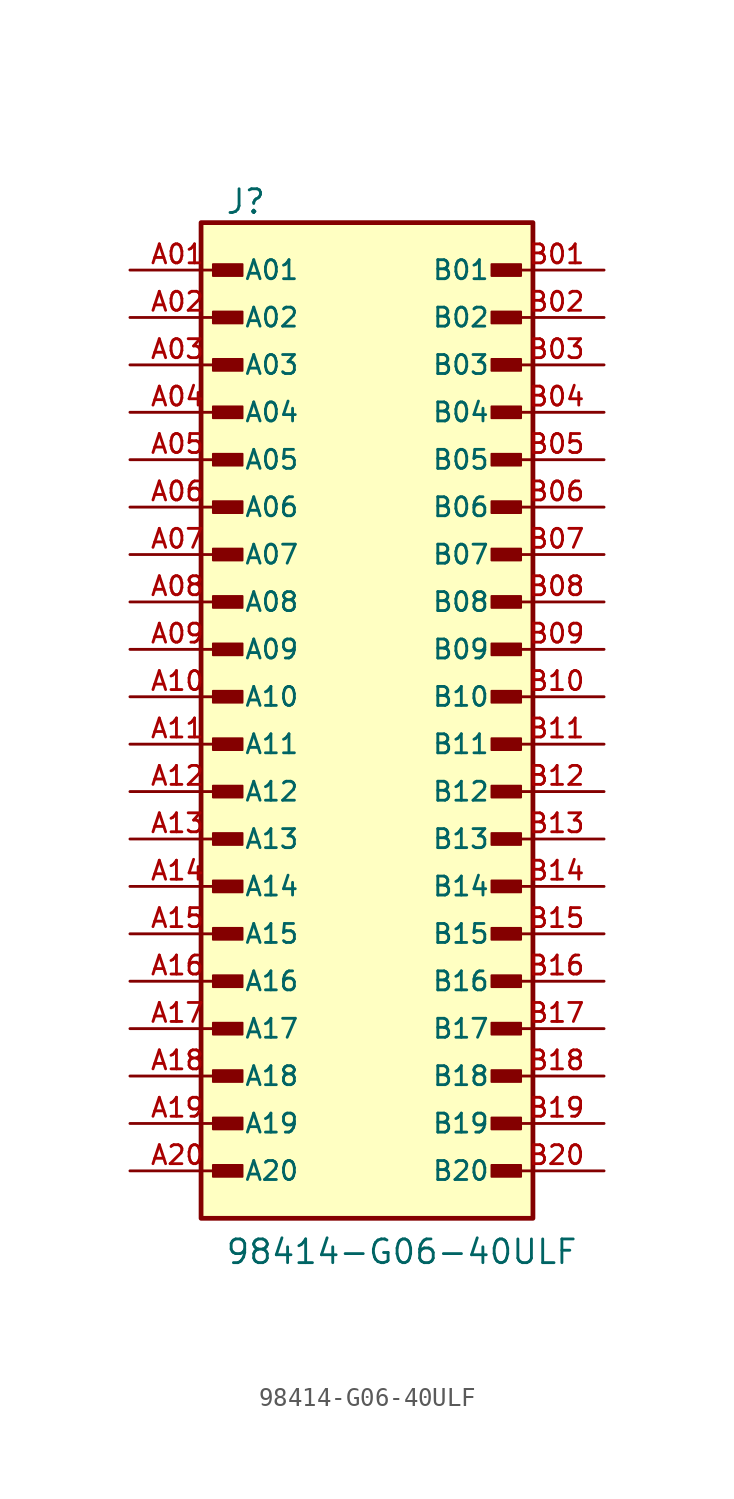
<source format=kicad_sym>
(kicad_symbol_lib
  (version 20211014)
  (generator kicad_symbol_editor)
  (symbol "98414-G06-40ULF"
    (pin_names
      (offset 1.016))
    (property "Reference" "J"
      (at -7.62 25.781 0)
      (effects (font (size 1.27 1.27)) (justify bottom left)))
    (property "Value" "98414-G06-40ULF"
      (at -7.62 -30.48 0)
      (effects (font (size 1.27 1.27)) (justify bottom left)))
    (symbol "98414-G06-40ULF_0_0"
      (rectangle (start -8.255 22.543) (end -6.668 23.177) (stroke (width 0.1)) (fill (type outline)))
      (rectangle (start -8.255 20.003) (end -6.668 20.637) (stroke (width 0.1)) (fill (type outline)))
      (rectangle (start -8.255 17.462) (end -6.668 18.098) (stroke (width 0.1)) (fill (type outline)))
      (rectangle (start -8.255 14.922) (end -6.668 15.557) (stroke (width 0.1)) (fill (type outline)))
      (rectangle (start -8.255 12.383) (end -6.668 13.018) (stroke (width 0.1)) (fill (type outline)))
      (rectangle (start -8.255 9.842) (end -6.668 10.477) (stroke (width 0.1)) (fill (type outline)))
      (rectangle (start -8.255 7.303) (end -6.668 7.938) (stroke (width 0.1)) (fill (type outline)))
      (rectangle (start -8.255 4.763) (end -6.668 5.397) (stroke (width 0.1)) (fill (type outline)))
      (rectangle (start 6.668 4.763) (end 8.255 5.397) (stroke (width 0.1)) (fill (type outline)))
      (rectangle (start 6.668 7.303) (end 8.255 7.938) (stroke (width 0.1)) (fill (type outline)))
      (rectangle (start 6.668 9.842) (end 8.255 10.477) (stroke (width 0.1)) (fill (type outline)))
      (rectangle (start 6.668 12.383) (end 8.255 13.018) (stroke (width 0.1)) (fill (type outline)))
      (rectangle (start 6.668 14.922) (end 8.255 15.557) (stroke (width 0.1)) (fill (type outline)))
      (rectangle (start 6.668 17.462) (end 8.255 18.098) (stroke (width 0.1)) (fill (type outline)))
      (rectangle (start 6.668 20.003) (end 8.255 20.637) (stroke (width 0.1)) (fill (type outline)))
      (rectangle (start 6.668 22.543) (end 8.255 23.177) (stroke (width 0.1)) (fill (type outline)))
      (rectangle (start -8.255 2.223) (end -6.668 2.857) (stroke (width 0.1)) (fill (type outline)))
      (rectangle (start -8.255 -0.318) (end -6.668 0.318) (stroke (width 0.1)) (fill (type outline)))
      (rectangle (start -8.255 -2.857) (end -6.668 -2.223) (stroke (width 0.1)) (fill (type outline)))
      (rectangle (start -8.255 -5.397) (end -6.668 -4.763) (stroke (width 0.1)) (fill (type outline)))
      (rectangle (start -8.255 -7.938) (end -6.668 -7.303) (stroke (width 0.1)) (fill (type outline)))
      (rectangle (start -8.255 -10.477) (end -6.668 -9.842) (stroke (width 0.1)) (fill (type outline)))
      (rectangle (start -8.255 -13.018) (end -6.668 -12.383) (stroke (width 0.1)) (fill (type outline)))
      (rectangle (start -8.255 -15.557) (end -6.668 -14.922) (stroke (width 0.1)) (fill (type outline)))
      (rectangle (start 6.668 -15.557) (end 8.255 -14.922) (stroke (width 0.1)) (fill (type outline)))
      (rectangle (start 6.668 -13.018) (end 8.255 -12.383) (stroke (width 0.1)) (fill (type outline)))
      (rectangle (start 6.668 -10.477) (end 8.255 -9.842) (stroke (width 0.1)) (fill (type outline)))
      (rectangle (start 6.668 -7.938) (end 8.255 -7.303) (stroke (width 0.1)) (fill (type outline)))
      (rectangle (start 6.668 -5.397) (end 8.255 -4.763) (stroke (width 0.1)) (fill (type outline)))
      (rectangle (start 6.668 -2.857) (end 8.255 -2.223) (stroke (width 0.1)) (fill (type outline)))
      (rectangle (start 6.668 -0.318) (end 8.255 0.318) (stroke (width 0.1)) (fill (type outline)))
      (rectangle (start 6.668 2.223) (end 8.255 2.857) (stroke (width 0.1)) (fill (type outline)))
      (rectangle (start -8.255 -18.098) (end -6.668 -17.462) (stroke (width 0.1)) (fill (type outline)))
      (rectangle (start -8.255 -20.637) (end -6.668 -20.003) (stroke (width 0.1)) (fill (type outline)))
      (rectangle (start -8.255 -23.177) (end -6.668 -22.543) (stroke (width 0.1)) (fill (type outline)))
      (rectangle (start -8.255 -25.718) (end -6.668 -25.082) (stroke (width 0.1)) (fill (type outline)))
      (rectangle (start 6.668 -25.718) (end 8.255 -25.082) (stroke (width 0.1)) (fill (type outline)))
      (rectangle (start 6.668 -23.177) (end 8.255 -22.543) (stroke (width 0.1)) (fill (type outline)))
      (rectangle (start 6.668 -20.637) (end 8.255 -20.003) (stroke (width 0.1)) (fill (type outline)))
      (rectangle (start 6.668 -18.098) (end 8.255 -17.462) (stroke (width 0.1)) (fill (type outline)))
      (rectangle (start -8.89 -27.94) (end 8.89 25.4) (stroke (width 0.254)) (fill (type background)))
      (pin passive line (at -12.7 22.86 0) (length 5.08) (name "A01" (effects (font (size 1.016 1.016)))) (number "A01" (effects (font (size 1.016 1.016)))))
      (pin passive line (at 12.7 22.86 180.0) (length 5.08) (name "B01" (effects (font (size 1.016 1.016)))) (number "B01" (effects (font (size 1.016 1.016)))))
      (pin passive line (at -12.7 20.32 0) (length 5.08) (name "A02" (effects (font (size 1.016 1.016)))) (number "A02" (effects (font (size 1.016 1.016)))))
      (pin passive line (at 12.7 20.32 180.0) (length 5.08) (name "B02" (effects (font (size 1.016 1.016)))) (number "B02" (effects (font (size 1.016 1.016)))))
      (pin passive line (at -12.7 17.78 0) (length 5.08) (name "A03" (effects (font (size 1.016 1.016)))) (number "A03" (effects (font (size 1.016 1.016)))))
      (pin passive line (at 12.7 17.78 180.0) (length 5.08) (name "B03" (effects (font (size 1.016 1.016)))) (number "B03" (effects (font (size 1.016 1.016)))))
      (pin passive line (at -12.7 15.24 0) (length 5.08) (name "A04" (effects (font (size 1.016 1.016)))) (number "A04" (effects (font (size 1.016 1.016)))))
      (pin passive line (at 12.7 15.24 180.0) (length 5.08) (name "B04" (effects (font (size 1.016 1.016)))) (number "B04" (effects (font (size 1.016 1.016)))))
      (pin passive line (at -12.7 12.7 0) (length 5.08) (name "A05" (effects (font (size 1.016 1.016)))) (number "A05" (effects (font (size 1.016 1.016)))))
      (pin passive line (at 12.7 12.7 180.0) (length 5.08) (name "B05" (effects (font (size 1.016 1.016)))) (number "B05" (effects (font (size 1.016 1.016)))))
      (pin passive line (at -12.7 10.16 0) (length 5.08) (name "A06" (effects (font (size 1.016 1.016)))) (number "A06" (effects (font (size 1.016 1.016)))))
      (pin passive line (at 12.7 10.16 180.0) (length 5.08) (name "B06" (effects (font (size 1.016 1.016)))) (number "B06" (effects (font (size 1.016 1.016)))))
      (pin passive line (at -12.7 7.62 0) (length 5.08) (name "A07" (effects (font (size 1.016 1.016)))) (number "A07" (effects (font (size 1.016 1.016)))))
      (pin passive line (at 12.7 7.62 180.0) (length 5.08) (name "B07" (effects (font (size 1.016 1.016)))) (number "B07" (effects (font (size 1.016 1.016)))))
      (pin passive line (at -12.7 5.08 0) (length 5.08) (name "A08" (effects (font (size 1.016 1.016)))) (number "A08" (effects (font (size 1.016 1.016)))))
      (pin passive line (at 12.7 5.08 180.0) (length 5.08) (name "B08" (effects (font (size 1.016 1.016)))) (number "B08" (effects (font (size 1.016 1.016)))))
      (pin passive line (at -12.7 2.54 0) (length 5.08) (name "A09" (effects (font (size 1.016 1.016)))) (number "A09" (effects (font (size 1.016 1.016)))))
      (pin passive line (at 12.7 2.54 180.0) (length 5.08) (name "B09" (effects (font (size 1.016 1.016)))) (number "B09" (effects (font (size 1.016 1.016)))))
      (pin passive line (at -12.7 0.0 0) (length 5.08) (name "A10" (effects (font (size 1.016 1.016)))) (number "A10" (effects (font (size 1.016 1.016)))))
      (pin passive line (at 12.7 0.0 180.0) (length 5.08) (name "B10" (effects (font (size 1.016 1.016)))) (number "B10" (effects (font (size 1.016 1.016)))))
      (pin passive line (at -12.7 -2.54 0) (length 5.08) (name "A11" (effects (font (size 1.016 1.016)))) (number "A11" (effects (font (size 1.016 1.016)))))
      (pin passive line (at 12.7 -2.54 180.0) (length 5.08) (name "B11" (effects (font (size 1.016 1.016)))) (number "B11" (effects (font (size 1.016 1.016)))))
      (pin passive line (at -12.7 -5.08 0) (length 5.08) (name "A12" (effects (font (size 1.016 1.016)))) (number "A12" (effects (font (size 1.016 1.016)))))
      (pin passive line (at 12.7 -5.08 180.0) (length 5.08) (name "B12" (effects (font (size 1.016 1.016)))) (number "B12" (effects (font (size 1.016 1.016)))))
      (pin passive line (at -12.7 -7.62 0) (length 5.08) (name "A13" (effects (font (size 1.016 1.016)))) (number "A13" (effects (font (size 1.016 1.016)))))
      (pin passive line (at 12.7 -7.62 180.0) (length 5.08) (name "B13" (effects (font (size 1.016 1.016)))) (number "B13" (effects (font (size 1.016 1.016)))))
      (pin passive line (at -12.7 -10.16 0) (length 5.08) (name "A14" (effects (font (size 1.016 1.016)))) (number "A14" (effects (font (size 1.016 1.016)))))
      (pin passive line (at 12.7 -10.16 180.0) (length 5.08) (name "B14" (effects (font (size 1.016 1.016)))) (number "B14" (effects (font (size 1.016 1.016)))))
      (pin passive line (at -12.7 -12.7 0) (length 5.08) (name "A15" (effects (font (size 1.016 1.016)))) (number "A15" (effects (font (size 1.016 1.016)))))
      (pin passive line (at 12.7 -12.7 180.0) (length 5.08) (name "B15" (effects (font (size 1.016 1.016)))) (number "B15" (effects (font (size 1.016 1.016)))))
      (pin passive line (at -12.7 -15.24 0) (length 5.08) (name "A16" (effects (font (size 1.016 1.016)))) (number "A16" (effects (font (size 1.016 1.016)))))
      (pin passive line (at 12.7 -15.24 180.0) (length 5.08) (name "B16" (effects (font (size 1.016 1.016)))) (number "B16" (effects (font (size 1.016 1.016)))))
      (pin passive line (at -12.7 -17.78 0) (length 5.08) (name "A17" (effects (font (size 1.016 1.016)))) (number "A17" (effects (font (size 1.016 1.016)))))
      (pin passive line (at 12.7 -17.78 180.0) (length 5.08) (name "B17" (effects (font (size 1.016 1.016)))) (number "B17" (effects (font (size 1.016 1.016)))))
      (pin passive line (at -12.7 -20.32 0) (length 5.08) (name "A18" (effects (font (size 1.016 1.016)))) (number "A18" (effects (font (size 1.016 1.016)))))
      (pin passive line (at 12.7 -20.32 180.0) (length 5.08) (name "B18" (effects (font (size 1.016 1.016)))) (number "B18" (effects (font (size 1.016 1.016)))))
      (pin passive line (at -12.7 -22.86 0) (length 5.08) (name "A19" (effects (font (size 1.016 1.016)))) (number "A19" (effects (font (size 1.016 1.016)))))
      (pin passive line (at 12.7 -22.86 180.0) (length 5.08) (name "B19" (effects (font (size 1.016 1.016)))) (number "B19" (effects (font (size 1.016 1.016)))))
      (pin passive line (at -12.7 -25.4 0) (length 5.08) (name "A20" (effects (font (size 1.016 1.016)))) (number "A20" (effects (font (size 1.016 1.016)))))
      (pin passive line (at 12.7 -25.4 180.0) (length 5.08) (name "B20" (effects (font (size 1.016 1.016)))) (number "B20" (effects (font (size 1.016 1.016))))))))
</source>
